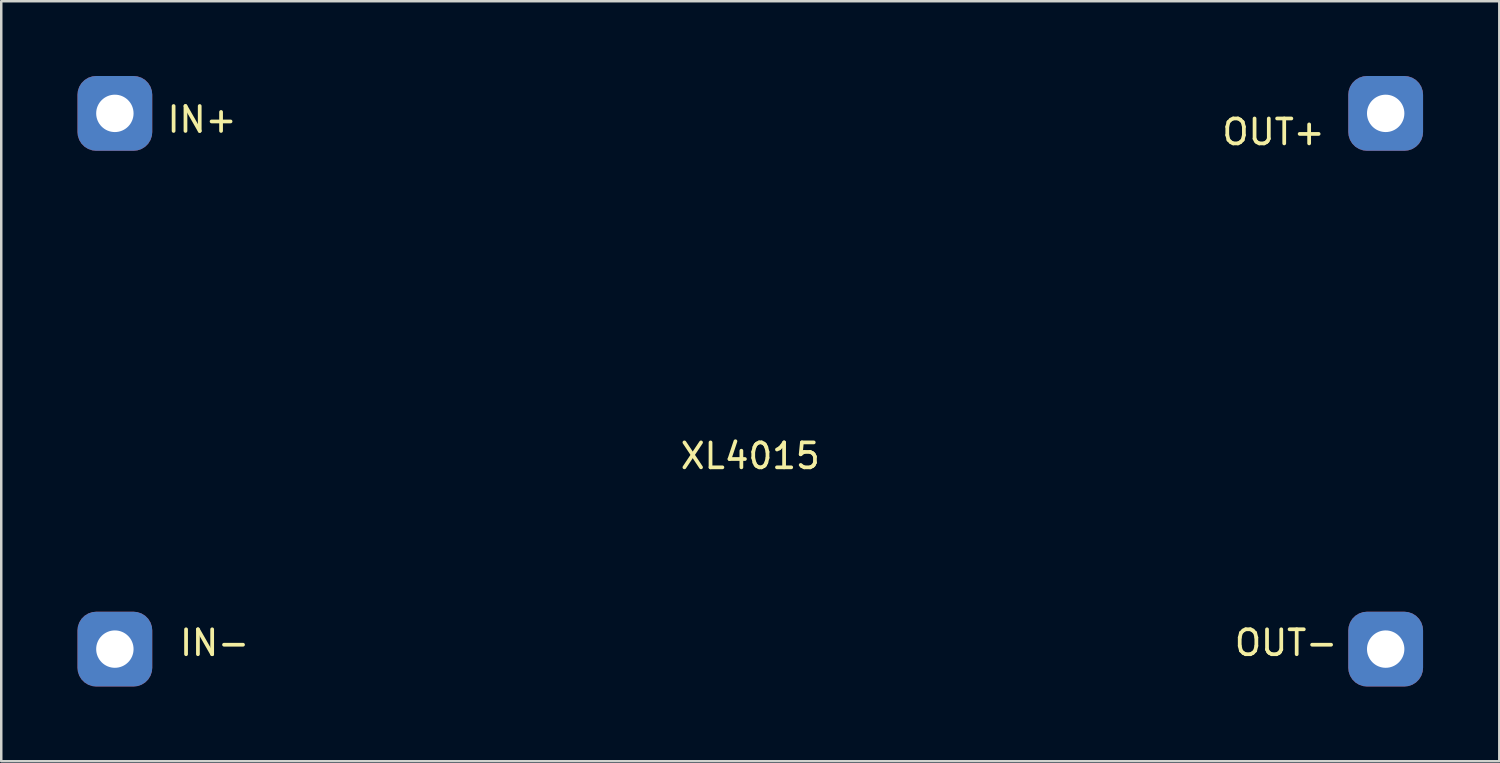
<source format=kicad_pcb>
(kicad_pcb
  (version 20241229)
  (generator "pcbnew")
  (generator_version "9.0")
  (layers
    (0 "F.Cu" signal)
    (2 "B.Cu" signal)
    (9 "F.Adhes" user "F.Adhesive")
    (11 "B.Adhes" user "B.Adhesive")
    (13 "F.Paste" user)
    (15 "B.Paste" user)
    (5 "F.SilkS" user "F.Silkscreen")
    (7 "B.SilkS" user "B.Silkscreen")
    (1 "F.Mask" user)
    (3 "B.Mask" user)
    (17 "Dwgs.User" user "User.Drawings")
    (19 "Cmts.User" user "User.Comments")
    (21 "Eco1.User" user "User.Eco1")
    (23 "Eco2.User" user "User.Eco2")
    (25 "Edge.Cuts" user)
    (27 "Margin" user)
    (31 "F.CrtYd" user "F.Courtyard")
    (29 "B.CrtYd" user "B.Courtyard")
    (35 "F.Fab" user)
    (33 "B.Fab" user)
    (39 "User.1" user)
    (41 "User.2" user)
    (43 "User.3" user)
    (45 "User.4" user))
  (footprint "XL4015"
    (layer "F.Cu")
    (at 27.06 12.25)
    (property "Reference" "XL4015" (at 0 3 0) (unlocked yes) (layer "F.SilkS") (effects (font (size 1 1) (thickness 0.15))))
    (attr smd)
    (fp_rect (start -27 -12) (end 27 12) (stroke (width 0.12) (type solid)) (fill no) (layer "Eco1.User"))
    (fp_text user "OUT+" (at 21 -10 0) (unlocked yes) (layer "F.SilkS") (effects (font (size 1 1) (thickness 0.15))))
    (fp_text user "OUT-" (at 21.5 10.5 0) (unlocked yes) (layer "F.SilkS") (effects (font (size 1 1) (thickness 0.15))))
    (fp_text user "IN-" (at -21.5 10.5 0) (unlocked yes) (layer "F.SilkS") (effects (font (size 1 1) (thickness 0.15))))
    (fp_text user "IN+" (at -22 -10.5 0) (unlocked yes) (layer "F.SilkS") (effects (font (size 1 1) (thickness 0.15))))
    (pad "1" thru_hole roundrect (at -25.5 -10.75) (size 3 3) (drill 1.5) (layers "*.Cu" "*.Mask") (roundrect_rratio 0.25))
    (pad "2" thru_hole roundrect (at -25.5 10.75) (size 3 3) (drill 1.5) (layers "*.Cu" "*.Mask") (roundrect_rratio 0.25))
    (pad "3" thru_hole roundrect (at 25.5 10.75) (size 3 3) (drill 1.5) (layers "*.Cu" "*.Mask") (roundrect_rratio 0.25))
    (pad "4" thru_hole roundrect (at 25.5 -10.75) (size 3 3) (drill 1.5) (layers "*.Cu" "*.Mask") (roundrect_rratio 0.25)))
  (gr_rect
    (start -3 -3)
    (end 57.12 27.5)
    (stroke (width 0.1) (type default))
    (fill no)
    (layer "Edge.Cuts")))
</source>
